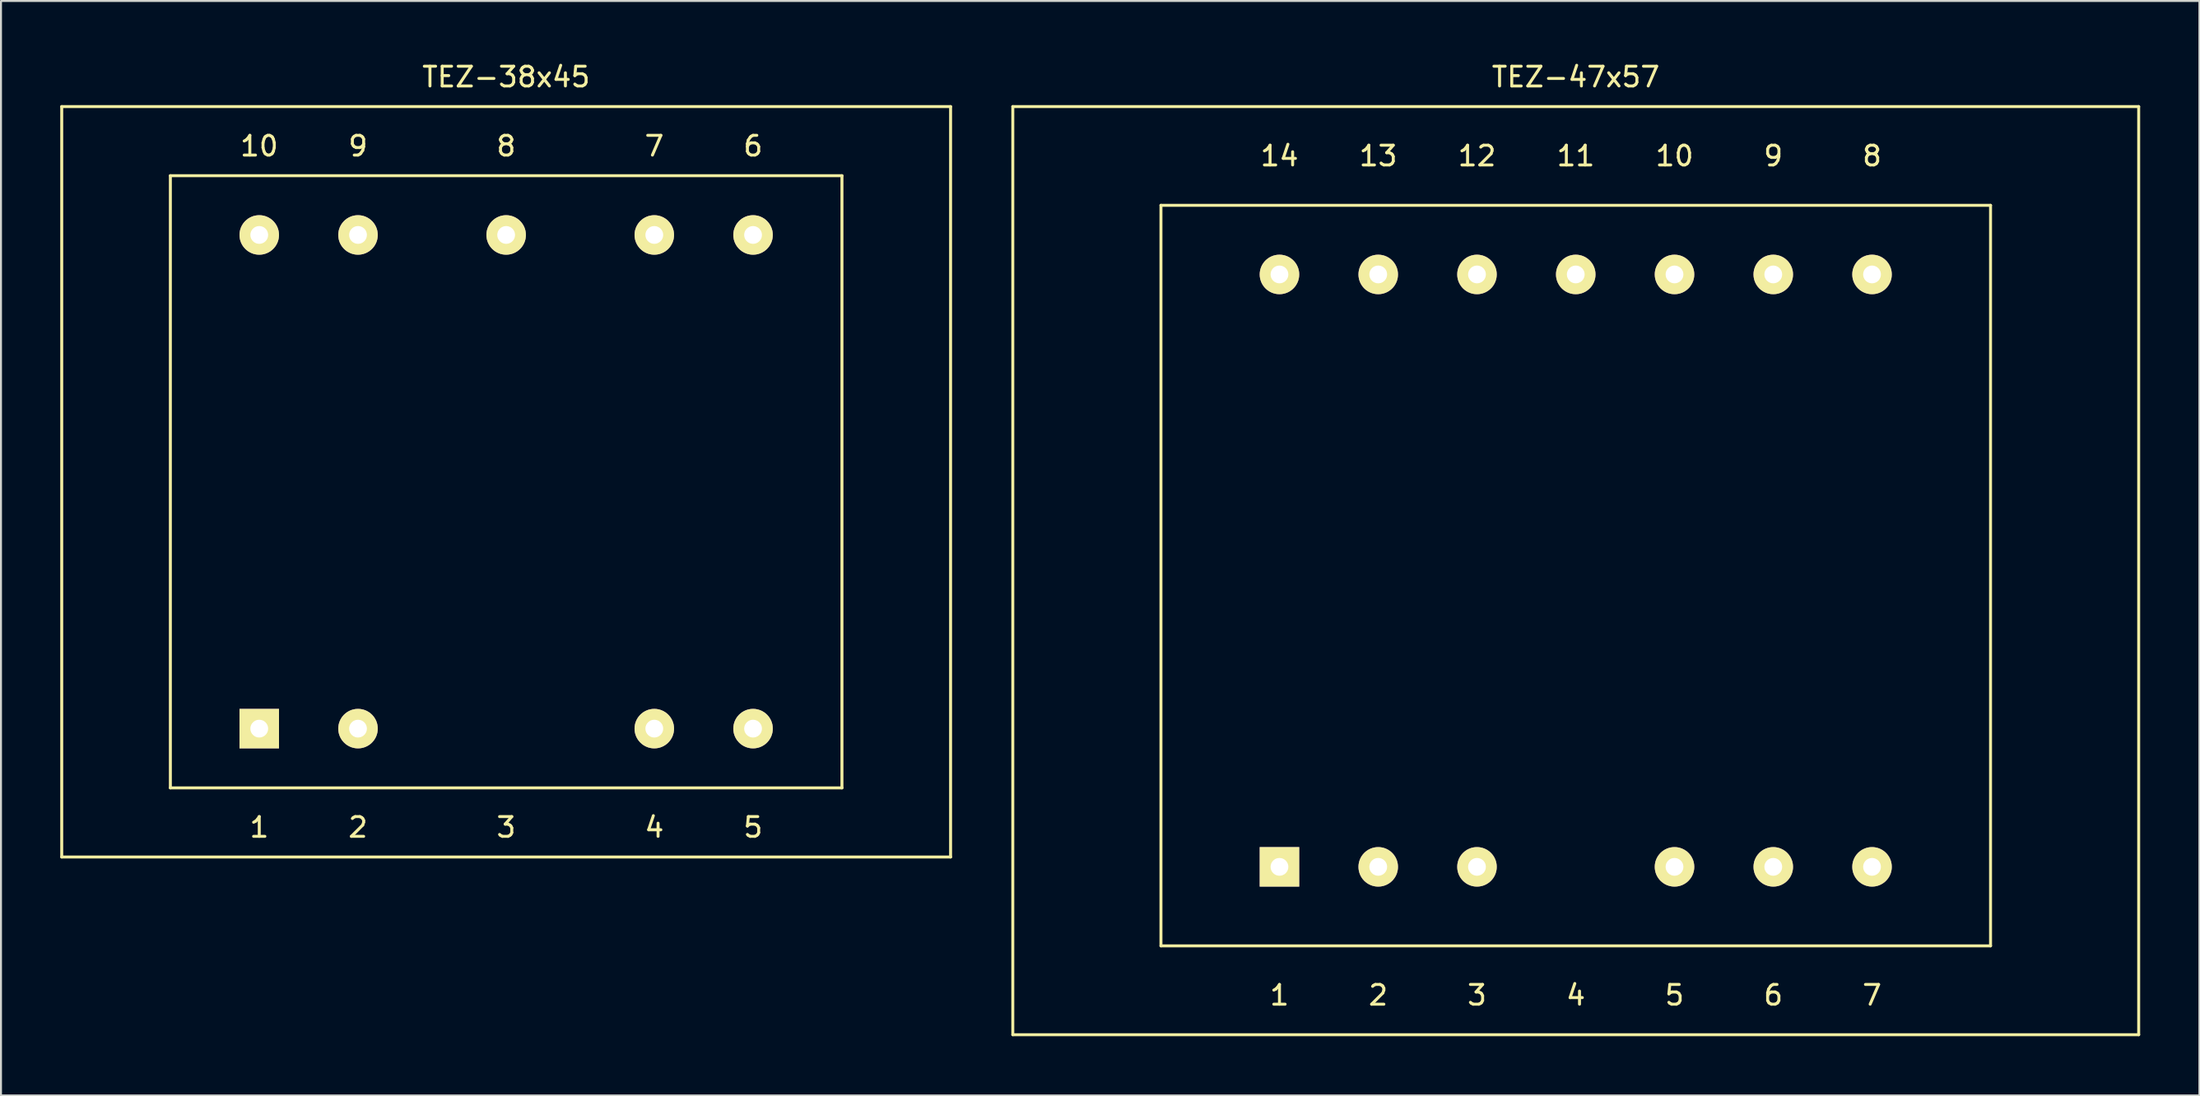
<source format=kicad_pcb>
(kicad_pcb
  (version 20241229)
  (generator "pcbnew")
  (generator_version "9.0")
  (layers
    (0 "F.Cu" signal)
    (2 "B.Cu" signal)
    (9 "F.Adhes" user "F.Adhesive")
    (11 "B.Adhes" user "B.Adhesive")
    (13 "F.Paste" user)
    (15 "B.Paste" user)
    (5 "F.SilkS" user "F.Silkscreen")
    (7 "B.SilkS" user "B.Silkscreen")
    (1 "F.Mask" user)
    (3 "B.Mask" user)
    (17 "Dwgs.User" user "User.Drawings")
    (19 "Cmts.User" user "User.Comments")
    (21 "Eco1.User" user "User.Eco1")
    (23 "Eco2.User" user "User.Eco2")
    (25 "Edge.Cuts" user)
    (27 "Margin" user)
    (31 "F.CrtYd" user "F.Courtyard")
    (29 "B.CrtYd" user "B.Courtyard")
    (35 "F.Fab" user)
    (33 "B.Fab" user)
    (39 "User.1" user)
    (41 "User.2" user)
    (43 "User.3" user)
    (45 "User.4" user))
  (footprint "TEZ-38x45"
    (layer "F.Cu")
    (at 22.575 21.348)
    (property "Reference" "TEZ-38x45" (at 0 -20.5 0) (layer "F.SilkS") (effects (font (size 1 1) (thickness 0.15))))
    (attr through_hole)
    (fp_line (start -22.5 -19) (end 22.5 -19) (stroke (width 0.15) (type solid)) (layer "F.SilkS"))
    (fp_line (start -22.5 19) (end -22.5 -19) (stroke (width 0.15) (type solid)) (layer "F.SilkS"))
    (fp_line (start -17 -15.5) (end 17 -15.5) (stroke (width 0.15) (type solid)) (layer "F.SilkS"))
    (fp_line (start -17 15.5) (end -17 -15.5) (stroke (width 0.15) (type solid)) (layer "F.SilkS"))
    (fp_line (start 17 -15.5) (end 17 15.5) (stroke (width 0.15) (type solid)) (layer "F.SilkS"))
    (fp_line (start 17 15.5) (end -17 15.5) (stroke (width 0.15) (type solid)) (layer "F.SilkS"))
    (fp_line (start 22.5 -19) (end 22.5 19) (stroke (width 0.15) (type solid)) (layer "F.SilkS"))
    (fp_line (start 22.5 19) (end -22.5 19) (stroke (width 0.15) (type solid)) (layer "F.SilkS"))
    (fp_text user "7" (at 7.5 -17 0) (layer "F.SilkS") (effects (font (size 1 1) (thickness 0.15))))
    (fp_text user "5" (at 12.5 17.5 0) (layer "F.SilkS") (effects (font (size 1 1) (thickness 0.15))))
    (fp_text user "8" (at 0 -17 0) (layer "F.SilkS") (effects (font (size 1 1) (thickness 0.15))))
    (fp_text user "4" (at 7.5 17.5 0) (layer "F.SilkS") (effects (font (size 1 1) (thickness 0.15))))
    (fp_text user "3" (at 0 17.5 0) (layer "F.SilkS") (effects (font (size 1 1) (thickness 0.15))))
    (fp_text user "2" (at -7.5 17.5 0) (layer "F.SilkS") (effects (font (size 1 1) (thickness 0.15))))
    (fp_text user "1" (at -12.5 17.5 0) (layer "F.SilkS") (effects (font (size 1 1) (thickness 0.15))))
    (fp_text user "10" (at -12.5 -17 0) (layer "F.SilkS") (effects (font (size 1 1) (thickness 0.15))))
    (fp_text user "6" (at 12.5 -17 0) (layer "F.SilkS") (effects (font (size 1 1) (thickness 0.15))))
    (fp_text user "9" (at -7.5 -17 0) (layer "F.SilkS") (effects (font (size 1 1) (thickness 0.15))))
    (pad "1" thru_hole rect (at -12.5 12.5) (size 2 2) (drill 0.9) (layers "*.Cu" "*.Mask" "F.SilkS"))
    (pad "2" thru_hole circle (at -7.5 12.5) (size 2 2) (drill 0.9) (layers "*.Cu" "*.Mask" "F.SilkS"))
    (pad "4" thru_hole circle (at 7.5 12.5) (size 2 2) (drill 0.9) (layers "*.Cu" "*.Mask" "F.SilkS"))
    (pad "5" thru_hole circle (at 12.5 12.5) (size 2 2) (drill 0.9) (layers "*.Cu" "*.Mask" "F.SilkS"))
    (pad "6" thru_hole circle (at 12.5 -12.5) (size 2 2) (drill 0.9) (layers "*.Cu" "*.Mask" "F.SilkS"))
    (pad "7" thru_hole circle (at 7.5 -12.5) (size 2 2) (drill 0.9) (layers "*.Cu" "*.Mask" "F.SilkS"))
    (pad "8" thru_hole circle (at 0 -12.5) (size 2 2) (drill 0.9) (layers "*.Cu" "*.Mask" "F.SilkS"))
    (pad "9" thru_hole circle (at -7.5 -12.5) (size 2 2) (drill 0.9) (layers "*.Cu" "*.Mask" "F.SilkS"))
    (pad "10" thru_hole circle (at -12.5 -12.5) (size 2 2) (drill 0.9) (layers "*.Cu" "*.Mask" "F.SilkS")))
  (footprint "TEZ-47x57"
    (layer "F.Cu")
    (at 76.725 25.848)
    (property "Reference" "TEZ-47x57" (at 0 -25 0) (layer "F.SilkS") (effects (font (size 1 1) (thickness 0.15))))
    (attr through_hole)
    (fp_line (start -28.5 -23.5) (end -28.5 23.5) (stroke (width 0.15) (type solid)) (layer "F.SilkS"))
    (fp_line (start -28.5 -23.5) (end 28.5 -23.5) (stroke (width 0.15) (type solid)) (layer "F.SilkS"))
    (fp_line (start -21 -18.5) (end -21 19) (stroke (width 0.15) (type solid)) (layer "F.SilkS"))
    (fp_line (start -21 19) (end 21 19) (stroke (width 0.15) (type solid)) (layer "F.SilkS"))
    (fp_line (start 21 -18.5) (end -21 -18.5) (stroke (width 0.15) (type solid)) (layer "F.SilkS"))
    (fp_line (start 21 19) (end 21 -18.5) (stroke (width 0.15) (type solid)) (layer "F.SilkS"))
    (fp_line (start 28.5 -23.5) (end 28.5 23.5) (stroke (width 0.15) (type solid)) (layer "F.SilkS"))
    (fp_line (start 28.5 23.5) (end -28.5 23.5) (stroke (width 0.15) (type solid)) (layer "F.SilkS"))
    (fp_text user "5" (at 5 21.5 0) (layer "F.SilkS") (effects (font (size 1 1) (thickness 0.15))))
    (fp_text user "1" (at -15 21.5 0) (layer "F.SilkS") (effects (font (size 1 1) (thickness 0.15))))
    (fp_text user "12" (at -5 -21 0) (layer "F.SilkS") (effects (font (size 1 1) (thickness 0.15))))
    (fp_text user "10" (at 5 -21 0) (layer "F.SilkS") (effects (font (size 1 1) (thickness 0.15))))
    (fp_text user "2" (at -10 21.5 0) (layer "F.SilkS") (effects (font (size 1 1) (thickness 0.15))))
    (fp_text user "11" (at 0 -21 0) (layer "F.SilkS") (effects (font (size 1 1) (thickness 0.15))))
    (fp_text user "8" (at 15 -21 0) (layer "F.SilkS") (effects (font (size 1 1) (thickness 0.15))))
    (fp_text user "7" (at 15 21.5 0) (layer "F.SilkS") (effects (font (size 1 1) (thickness 0.15))))
    (fp_text user "3" (at -5 21.5 0) (layer "F.SilkS") (effects (font (size 1 1) (thickness 0.15))))
    (fp_text user "9" (at 10 -21 0) (layer "F.SilkS") (effects (font (size 1 1) (thickness 0.15))))
    (fp_text user "6" (at 10 21.5 0) (layer "F.SilkS") (effects (font (size 1 1) (thickness 0.15))))
    (fp_text user "4" (at 0 21.5 0) (layer "F.SilkS") (effects (font (size 1 1) (thickness 0.15))))
    (fp_text user "14" (at -15 -21 0) (layer "F.SilkS") (effects (font (size 1 1) (thickness 0.15))))
    (fp_text user "13" (at -10 -21 0) (layer "F.SilkS") (effects (font (size 1 1) (thickness 0.15))))
    (pad "1" thru_hole rect (at -15 15) (size 2 2) (drill 0.9) (layers "*.Cu" "*.Mask" "F.SilkS"))
    (pad "2" thru_hole circle (at -10 15) (size 2 2) (drill 0.9) (layers "*.Cu" "*.Mask" "F.SilkS"))
    (pad "3" thru_hole circle (at -5 15) (size 2 2) (drill 0.9) (layers "*.Cu" "*.Mask" "F.SilkS"))
    (pad "5" thru_hole circle (at 5 15) (size 2 2) (drill 0.9) (layers "*.Cu" "*.Mask" "F.SilkS"))
    (pad "6" thru_hole circle (at 10 15) (size 2 2) (drill 0.9) (layers "*.Cu" "*.Mask" "F.SilkS"))
    (pad "7" thru_hole circle (at 15 15) (size 2 2) (drill 0.9) (layers "*.Cu" "*.Mask" "F.SilkS"))
    (pad "8" thru_hole circle (at 15 -15) (size 2 2) (drill 0.9) (layers "*.Cu" "*.Mask" "F.SilkS"))
    (pad "9" thru_hole circle (at 10 -15) (size 2 2) (drill 0.9) (layers "*.Cu" "*.Mask" "F.SilkS"))
    (pad "10" thru_hole circle (at 5 -15) (size 2 2) (drill 0.9) (layers "*.Cu" "*.Mask" "F.SilkS"))
    (pad "11" thru_hole circle (at 0 -15) (size 2 2) (drill 0.9) (layers "*.Cu" "*.Mask" "F.SilkS"))
    (pad "12" thru_hole circle (at -5 -15) (size 2 2) (drill 0.9) (layers "*.Cu" "*.Mask" "F.SilkS"))
    (pad "13" thru_hole circle (at -10 -15) (size 2 2) (drill 0.9) (layers "*.Cu" "*.Mask" "F.SilkS"))
    (pad "14" thru_hole circle (at -15 -15) (size 2 2) (drill 0.9) (layers "*.Cu" "*.Mask" "F.SilkS")))
  (gr_rect
    (start -3 -3)
    (end 108.3 52.423)
    (stroke (width 0.1) (type default))
    (fill no)
    (layer "Edge.Cuts")))
</source>
